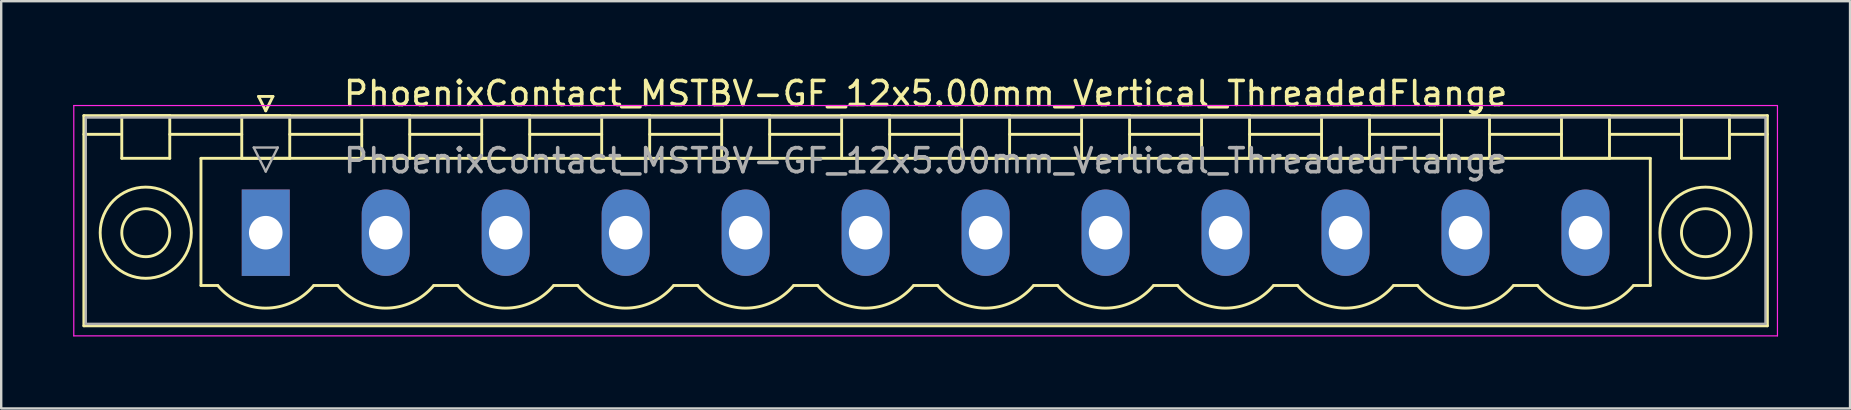
<source format=kicad_pcb>
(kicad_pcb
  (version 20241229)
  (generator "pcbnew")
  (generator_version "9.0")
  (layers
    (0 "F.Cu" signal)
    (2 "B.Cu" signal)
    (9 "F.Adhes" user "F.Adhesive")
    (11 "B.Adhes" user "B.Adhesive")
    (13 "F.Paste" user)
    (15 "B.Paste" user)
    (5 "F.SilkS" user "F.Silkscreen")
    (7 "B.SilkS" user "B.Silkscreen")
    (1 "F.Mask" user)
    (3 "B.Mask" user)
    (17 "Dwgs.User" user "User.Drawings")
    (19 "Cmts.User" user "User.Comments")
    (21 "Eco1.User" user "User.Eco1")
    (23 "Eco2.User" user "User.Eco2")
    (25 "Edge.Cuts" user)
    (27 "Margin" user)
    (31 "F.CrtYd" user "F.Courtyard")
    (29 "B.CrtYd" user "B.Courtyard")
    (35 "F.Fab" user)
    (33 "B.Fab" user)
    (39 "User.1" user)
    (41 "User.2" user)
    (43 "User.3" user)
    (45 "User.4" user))
  (footprint "PhoenixContact_MSTBV-GF_12x5.00mm_Vertical_ThreadedFlange"
    (layer "F.Cu")
    (at 8.025 6.648)
    (property "Reference" "PhoenixContact_MSTBV-GF_12x5.00mm_Vertical_ThreadedFlange" (at 27.5 -5.8 0) (layer "F.SilkS") (effects (font (size 1 1) (thickness 0.15))))
    (attr through_hole)
    (fp_line (start -7.58 -4.88) (end -7.58 3.88) (stroke (width 0.12) (type solid)) (layer "F.SilkS"))
    (fp_line (start -7.58 -4.1) (end -6.08 -4.1) (stroke (width 0.12) (type solid)) (layer "F.SilkS"))
    (fp_line (start -7.58 3.88) (end 62.58 3.88) (stroke (width 0.12) (type solid)) (layer "F.SilkS"))
    (fp_line (start -6 -4.88) (end -4 -4.88) (stroke (width 0.12) (type solid)) (layer "F.SilkS"))
    (fp_line (start -6 -3.1) (end -6 -4.88) (stroke (width 0.12) (type solid)) (layer "F.SilkS"))
    (fp_line (start -4 -4.88) (end -4 -3.1) (stroke (width 0.12) (type solid)) (layer "F.SilkS"))
    (fp_line (start -4 -4.1) (end -1 -4.1) (stroke (width 0.12) (type solid)) (layer "F.SilkS"))
    (fp_line (start -4 -3.1) (end -6 -3.1) (stroke (width 0.12) (type solid)) (layer "F.SilkS"))
    (fp_line (start -2.7 -3.1) (end 57.7 -3.1) (stroke (width 0.12) (type solid)) (layer "F.SilkS"))
    (fp_line (start -2.7 2.2) (end -2.7 -3.1) (stroke (width 0.12) (type solid)) (layer "F.SilkS"))
    (fp_line (start -2 2.2) (end -2.7 2.2) (stroke (width 0.12) (type solid)) (layer "F.SilkS"))
    (fp_line (start -1 -4.88) (end 1 -4.88) (stroke (width 0.12) (type solid)) (layer "F.SilkS"))
    (fp_line (start -1 -3.1) (end -1 -4.88) (stroke (width 0.12) (type solid)) (layer "F.SilkS"))
    (fp_line (start -0.3 -5.68) (end 0.3 -5.68) (stroke (width 0.12) (type solid)) (layer "F.SilkS"))
    (fp_line (start 0 -5.08) (end -0.3 -5.68) (stroke (width 0.12) (type solid)) (layer "F.SilkS"))
    (fp_line (start 0.3 -5.68) (end 0 -5.08) (stroke (width 0.12) (type solid)) (layer "F.SilkS"))
    (fp_line (start 1 -4.88) (end 1 -3.1) (stroke (width 0.12) (type solid)) (layer "F.SilkS"))
    (fp_line (start 1 -4.1) (end 4 -4.1) (stroke (width 0.12) (type solid)) (layer "F.SilkS"))
    (fp_line (start 1 -3.1) (end -1 -3.1) (stroke (width 0.12) (type solid)) (layer "F.SilkS"))
    (fp_line (start 2 2.2) (end 3 2.2) (stroke (width 0.12) (type solid)) (layer "F.SilkS"))
    (fp_line (start 4 -4.88) (end 6 -4.88) (stroke (width 0.12) (type solid)) (layer "F.SilkS"))
    (fp_line (start 4 -3.1) (end 4 -4.88) (stroke (width 0.12) (type solid)) (layer "F.SilkS"))
    (fp_line (start 6 -4.88) (end 6 -3.1) (stroke (width 0.12) (type solid)) (layer "F.SilkS"))
    (fp_line (start 6 -4.1) (end 9 -4.1) (stroke (width 0.12) (type solid)) (layer "F.SilkS"))
    (fp_line (start 6 -3.1) (end 4 -3.1) (stroke (width 0.12) (type solid)) (layer "F.SilkS"))
    (fp_line (start 7 2.2) (end 8 2.2) (stroke (width 0.12) (type solid)) (layer "F.SilkS"))
    (fp_line (start 9 -4.88) (end 11 -4.88) (stroke (width 0.12) (type solid)) (layer "F.SilkS"))
    (fp_line (start 9 -3.1) (end 9 -4.88) (stroke (width 0.12) (type solid)) (layer "F.SilkS"))
    (fp_line (start 11 -4.88) (end 11 -3.1) (stroke (width 0.12) (type solid)) (layer "F.SilkS"))
    (fp_line (start 11 -4.1) (end 14 -4.1) (stroke (width 0.12) (type solid)) (layer "F.SilkS"))
    (fp_line (start 11 -3.1) (end 9 -3.1) (stroke (width 0.12) (type solid)) (layer "F.SilkS"))
    (fp_line (start 12 2.2) (end 13 2.2) (stroke (width 0.12) (type solid)) (layer "F.SilkS"))
    (fp_line (start 14 -4.88) (end 16 -4.88) (stroke (width 0.12) (type solid)) (layer "F.SilkS"))
    (fp_line (start 14 -3.1) (end 14 -4.88) (stroke (width 0.12) (type solid)) (layer "F.SilkS"))
    (fp_line (start 16 -4.88) (end 16 -3.1) (stroke (width 0.12) (type solid)) (layer "F.SilkS"))
    (fp_line (start 16 -4.1) (end 19 -4.1) (stroke (width 0.12) (type solid)) (layer "F.SilkS"))
    (fp_line (start 16 -3.1) (end 14 -3.1) (stroke (width 0.12) (type solid)) (layer "F.SilkS"))
    (fp_line (start 17 2.2) (end 18 2.2) (stroke (width 0.12) (type solid)) (layer "F.SilkS"))
    (fp_line (start 19 -4.88) (end 21 -4.88) (stroke (width 0.12) (type solid)) (layer "F.SilkS"))
    (fp_line (start 19 -3.1) (end 19 -4.88) (stroke (width 0.12) (type solid)) (layer "F.SilkS"))
    (fp_line (start 21 -4.88) (end 21 -3.1) (stroke (width 0.12) (type solid)) (layer "F.SilkS"))
    (fp_line (start 21 -4.1) (end 24 -4.1) (stroke (width 0.12) (type solid)) (layer "F.SilkS"))
    (fp_line (start 21 -3.1) (end 19 -3.1) (stroke (width 0.12) (type solid)) (layer "F.SilkS"))
    (fp_line (start 22 2.2) (end 23 2.2) (stroke (width 0.12) (type solid)) (layer "F.SilkS"))
    (fp_line (start 24 -4.88) (end 26 -4.88) (stroke (width 0.12) (type solid)) (layer "F.SilkS"))
    (fp_line (start 24 -3.1) (end 24 -4.88) (stroke (width 0.12) (type solid)) (layer "F.SilkS"))
    (fp_line (start 26 -4.88) (end 26 -3.1) (stroke (width 0.12) (type solid)) (layer "F.SilkS"))
    (fp_line (start 26 -4.1) (end 29 -4.1) (stroke (width 0.12) (type solid)) (layer "F.SilkS"))
    (fp_line (start 26 -3.1) (end 24 -3.1) (stroke (width 0.12) (type solid)) (layer "F.SilkS"))
    (fp_line (start 27 2.2) (end 28 2.2) (stroke (width 0.12) (type solid)) (layer "F.SilkS"))
    (fp_line (start 29 -4.88) (end 31 -4.88) (stroke (width 0.12) (type solid)) (layer "F.SilkS"))
    (fp_line (start 29 -3.1) (end 29 -4.88) (stroke (width 0.12) (type solid)) (layer "F.SilkS"))
    (fp_line (start 31 -4.88) (end 31 -3.1) (stroke (width 0.12) (type solid)) (layer "F.SilkS"))
    (fp_line (start 31 -4.1) (end 34 -4.1) (stroke (width 0.12) (type solid)) (layer "F.SilkS"))
    (fp_line (start 31 -3.1) (end 29 -3.1) (stroke (width 0.12) (type solid)) (layer "F.SilkS"))
    (fp_line (start 32 2.2) (end 33 2.2) (stroke (width 0.12) (type solid)) (layer "F.SilkS"))
    (fp_line (start 34 -4.88) (end 36 -4.88) (stroke (width 0.12) (type solid)) (layer "F.SilkS"))
    (fp_line (start 34 -3.1) (end 34 -4.88) (stroke (width 0.12) (type solid)) (layer "F.SilkS"))
    (fp_line (start 36 -4.88) (end 36 -3.1) (stroke (width 0.12) (type solid)) (layer "F.SilkS"))
    (fp_line (start 36 -4.1) (end 39 -4.1) (stroke (width 0.12) (type solid)) (layer "F.SilkS"))
    (fp_line (start 36 -3.1) (end 34 -3.1) (stroke (width 0.12) (type solid)) (layer "F.SilkS"))
    (fp_line (start 37 2.2) (end 38 2.2) (stroke (width 0.12) (type solid)) (layer "F.SilkS"))
    (fp_line (start 39 -4.88) (end 41 -4.88) (stroke (width 0.12) (type solid)) (layer "F.SilkS"))
    (fp_line (start 39 -3.1) (end 39 -4.88) (stroke (width 0.12) (type solid)) (layer "F.SilkS"))
    (fp_line (start 41 -4.88) (end 41 -3.1) (stroke (width 0.12) (type solid)) (layer "F.SilkS"))
    (fp_line (start 41 -4.1) (end 44 -4.1) (stroke (width 0.12) (type solid)) (layer "F.SilkS"))
    (fp_line (start 41 -3.1) (end 39 -3.1) (stroke (width 0.12) (type solid)) (layer "F.SilkS"))
    (fp_line (start 42 2.2) (end 43 2.2) (stroke (width 0.12) (type solid)) (layer "F.SilkS"))
    (fp_line (start 44 -4.88) (end 46 -4.88) (stroke (width 0.12) (type solid)) (layer "F.SilkS"))
    (fp_line (start 44 -3.1) (end 44 -4.88) (stroke (width 0.12) (type solid)) (layer "F.SilkS"))
    (fp_line (start 46 -4.88) (end 46 -3.1) (stroke (width 0.12) (type solid)) (layer "F.SilkS"))
    (fp_line (start 46 -4.1) (end 49 -4.1) (stroke (width 0.12) (type solid)) (layer "F.SilkS"))
    (fp_line (start 46 -3.1) (end 44 -3.1) (stroke (width 0.12) (type solid)) (layer "F.SilkS"))
    (fp_line (start 47 2.2) (end 48 2.2) (stroke (width 0.12) (type solid)) (layer "F.SilkS"))
    (fp_line (start 49 -4.88) (end 51 -4.88) (stroke (width 0.12) (type solid)) (layer "F.SilkS"))
    (fp_line (start 49 -3.1) (end 49 -4.88) (stroke (width 0.12) (type solid)) (layer "F.SilkS"))
    (fp_line (start 51 -4.88) (end 51 -3.1) (stroke (width 0.12) (type solid)) (layer "F.SilkS"))
    (fp_line (start 51 -4.1) (end 54 -4.1) (stroke (width 0.12) (type solid)) (layer "F.SilkS"))
    (fp_line (start 51 -3.1) (end 49 -3.1) (stroke (width 0.12) (type solid)) (layer "F.SilkS"))
    (fp_line (start 52 2.2) (end 53 2.2) (stroke (width 0.12) (type solid)) (layer "F.SilkS"))
    (fp_line (start 54 -4.88) (end 56 -4.88) (stroke (width 0.12) (type solid)) (layer "F.SilkS"))
    (fp_line (start 54 -3.1) (end 54 -4.88) (stroke (width 0.12) (type solid)) (layer "F.SilkS"))
    (fp_line (start 56 -4.88) (end 56 -3.1) (stroke (width 0.12) (type solid)) (layer "F.SilkS"))
    (fp_line (start 56 -4.1) (end 59 -4.1) (stroke (width 0.12) (type solid)) (layer "F.SilkS"))
    (fp_line (start 56 -3.1) (end 54 -3.1) (stroke (width 0.12) (type solid)) (layer "F.SilkS"))
    (fp_line (start 57.7 -3.1) (end 57.7 2.2) (stroke (width 0.12) (type solid)) (layer "F.SilkS"))
    (fp_line (start 57.7 2.2) (end 57 2.2) (stroke (width 0.12) (type solid)) (layer "F.SilkS"))
    (fp_line (start 59 -4.88) (end 61 -4.88) (stroke (width 0.12) (type solid)) (layer "F.SilkS"))
    (fp_line (start 59 -3.1) (end 59 -4.88) (stroke (width 0.12) (type solid)) (layer "F.SilkS"))
    (fp_line (start 61 -4.88) (end 61 -3.1) (stroke (width 0.12) (type solid)) (layer "F.SilkS"))
    (fp_line (start 61 -3.1) (end 59 -3.1) (stroke (width 0.12) (type solid)) (layer "F.SilkS"))
    (fp_line (start 62.58 -4.88) (end -7.58 -4.88) (stroke (width 0.12) (type solid)) (layer "F.SilkS"))
    (fp_line (start 62.58 -4.1) (end 61.08 -4.1) (stroke (width 0.12) (type solid)) (layer "F.SilkS"))
    (fp_line (start 62.58 3.88) (end 62.58 -4.88) (stroke (width 0.12) (type solid)) (layer "F.SilkS"))
    (fp_arc (start 1.986842 2.215821) (mid -0.010289 3.142758) (end -2 2.2) (stroke (width 0.12) (type solid)) (layer "F.SilkS"))
    (fp_arc (start 6.986842 2.215821) (mid 4.989711 3.142758) (end 3 2.2) (stroke (width 0.12) (type solid)) (layer "F.SilkS"))
    (fp_arc (start 11.986842 2.215821) (mid 9.989711 3.142758) (end 8 2.2) (stroke (width 0.12) (type solid)) (layer "F.SilkS"))
    (fp_arc (start 16.986842 2.215821) (mid 14.989711 3.142758) (end 13 2.2) (stroke (width 0.12) (type solid)) (layer "F.SilkS"))
    (fp_arc (start 21.986842 2.215821) (mid 19.989711 3.142758) (end 18 2.2) (stroke (width 0.12) (type solid)) (layer "F.SilkS"))
    (fp_arc (start 26.986842 2.215821) (mid 24.989711 3.142758) (end 23 2.2) (stroke (width 0.12) (type solid)) (layer "F.SilkS"))
    (fp_arc (start 31.986842 2.215821) (mid 29.989711 3.142758) (end 28 2.2) (stroke (width 0.12) (type solid)) (layer "F.SilkS"))
    (fp_arc (start 36.986842 2.215821) (mid 34.989711 3.142758) (end 33 2.2) (stroke (width 0.12) (type solid)) (layer "F.SilkS"))
    (fp_arc (start 41.986842 2.215821) (mid 39.989711 3.142758) (end 38 2.2) (stroke (width 0.12) (type solid)) (layer "F.SilkS"))
    (fp_arc (start 46.986842 2.215821) (mid 44.989711 3.142758) (end 43 2.2) (stroke (width 0.12) (type solid)) (layer "F.SilkS"))
    (fp_arc (start 51.986842 2.215821) (mid 49.989711 3.142758) (end 48 2.2) (stroke (width 0.12) (type solid)) (layer "F.SilkS"))
    (fp_arc (start 56.986842 2.215821) (mid 54.989711 3.142758) (end 53 2.2) (stroke (width 0.12) (type solid)) (layer "F.SilkS"))
    (fp_circle (center -5 0) (end -4 0) (stroke (width 0.12) (type solid)) (fill no) (layer "F.SilkS"))
    (fp_circle (center -5 0) (end -3.1 0) (stroke (width 0.12) (type solid)) (fill no) (layer "F.SilkS"))
    (fp_circle (center 60 0) (end 61 0) (stroke (width 0.12) (type solid)) (fill no) (layer "F.SilkS"))
    (fp_circle (center 60 0) (end 61.9 0) (stroke (width 0.12) (type solid)) (fill no) (layer "F.SilkS"))
    (fp_line (start -8 -5.3) (end -8 4.3) (stroke (width 0.05) (type solid)) (layer "F.CrtYd"))
    (fp_line (start -8 4.3) (end 63 4.3) (stroke (width 0.05) (type solid)) (layer "F.CrtYd"))
    (fp_line (start 63 -5.3) (end -8 -5.3) (stroke (width 0.05) (type solid)) (layer "F.CrtYd"))
    (fp_line (start 63 4.3) (end 63 -5.3) (stroke (width 0.05) (type solid)) (layer "F.CrtYd"))
    (fp_line (start -7.5 -4.8) (end -7.5 3.8) (stroke (width 0.1) (type solid)) (layer "F.Fab"))
    (fp_line (start -7.5 3.8) (end 62.5 3.8) (stroke (width 0.1) (type solid)) (layer "F.Fab"))
    (fp_line (start -0.5 -3.55) (end 0.5 -3.55) (stroke (width 0.1) (type solid)) (layer "F.Fab"))
    (fp_line (start 0 -2.55) (end -0.5 -3.55) (stroke (width 0.1) (type solid)) (layer "F.Fab"))
    (fp_line (start 0.5 -3.55) (end 0 -2.55) (stroke (width 0.1) (type solid)) (layer "F.Fab"))
    (fp_line (start 62.5 -4.8) (end -7.5 -4.8) (stroke (width 0.1) (type solid)) (layer "F.Fab"))
    (fp_line (start 62.5 3.8) (end 62.5 -4.8) (stroke (width 0.1) (type solid)) (layer "F.Fab"))
    (fp_text user "${REFERENCE}" (at 27.5 -3 0) (layer "F.Fab") (effects (font (size 1 1) (thickness 0.15))))
    (pad "1" thru_hole rect (at 0 0) (size 2 3.6) (drill 1.4) (layers "*.Cu" "*.Mask"))
    (pad "2" thru_hole oval (at 5 0) (size 2 3.6) (drill 1.4) (layers "*.Cu" "*.Mask"))
    (pad "3" thru_hole oval (at 10 0) (size 2 3.6) (drill 1.4) (layers "*.Cu" "*.Mask"))
    (pad "4" thru_hole oval (at 15 0) (size 2 3.6) (drill 1.4) (layers "*.Cu" "*.Mask"))
    (pad "5" thru_hole oval (at 20 0) (size 2 3.6) (drill 1.4) (layers "*.Cu" "*.Mask"))
    (pad "6" thru_hole oval (at 25 0) (size 2 3.6) (drill 1.4) (layers "*.Cu" "*.Mask"))
    (pad "7" thru_hole oval (at 30 0) (size 2 3.6) (drill 1.4) (layers "*.Cu" "*.Mask"))
    (pad "8" thru_hole oval (at 35 0) (size 2 3.6) (drill 1.4) (layers "*.Cu" "*.Mask"))
    (pad "9" thru_hole oval (at 40 0) (size 2 3.6) (drill 1.4) (layers "*.Cu" "*.Mask"))
    (pad "10" thru_hole oval (at 45 0) (size 2 3.6) (drill 1.4) (layers "*.Cu" "*.Mask"))
    (pad "11" thru_hole oval (at 50 0) (size 2 3.6) (drill 1.4) (layers "*.Cu" "*.Mask"))
    (pad "12" thru_hole oval (at 55 0) (size 2 3.6) (drill 1.4) (layers "*.Cu" "*.Mask")))
  (gr_rect
    (start -3 -3)
    (end 74.05 13.973)
    (stroke (width 0.1) (type default))
    (fill no)
    (layer "Edge.Cuts")))
</source>
